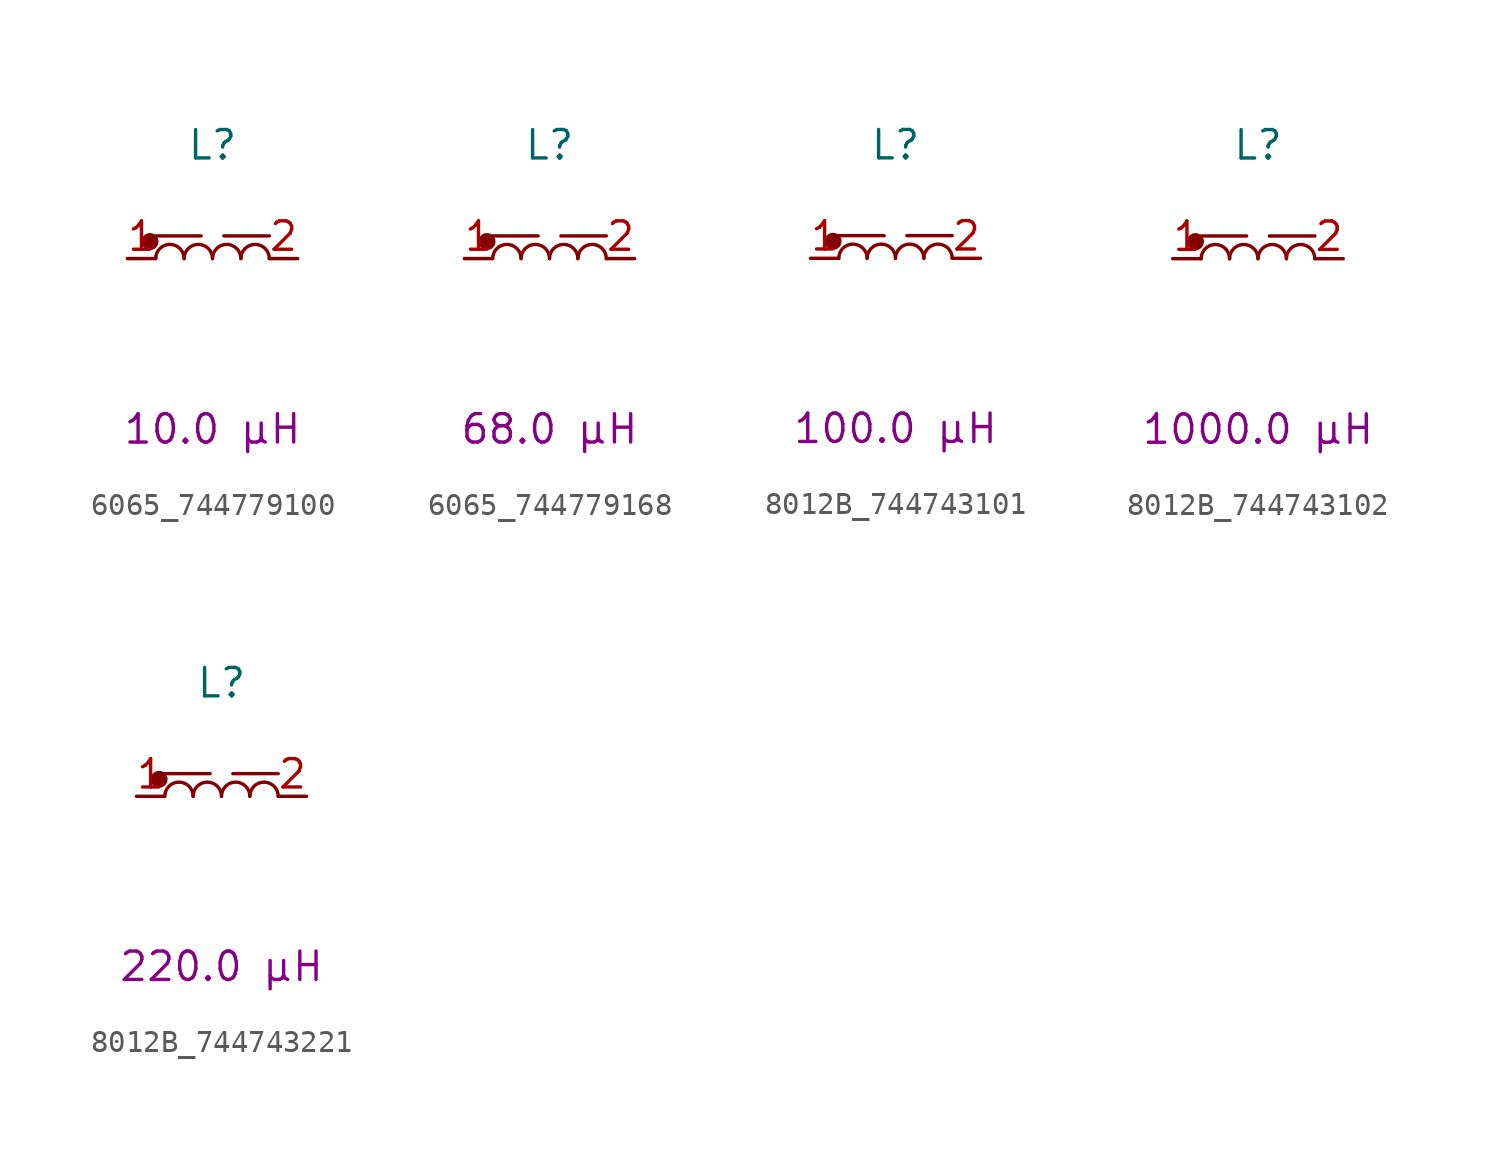
<source format=kicad_sym>
(kicad_symbol_lib
  (version 20220914)
  (generator kicad_symbol_editor)
  (symbol "6065_744779100"
    (pin_names hide)
    (property "Reference" "L"
      (at 0 5.08 0)
      (effects (font (size 1.27 1.27))))
    (property "Critical Parameter" "10.0 µH"
      (at 0 -7.62 0)
      (effects (font (size 1.27 1.27))))
    (symbol "6065_744779100_0_1"
      (arc (start -1.27 0) (mid -1.905 0.6323) (end -2.54 0) (stroke (width 0) (type default)) (fill (type none)))
      (arc (start 0 0) (mid -0.635 0.6323) (end -1.27 0) (stroke (width 0) (type default)) (fill (type none)))
      (polyline (pts (xy -2.54 1.016) (xy -0.508 1.016)) (stroke (width 0) (type default)) (fill (type none)))
      (arc (start 1.27 0) (mid 0.635 0.6323) (end 0 0) (stroke (width 0) (type default)) (fill (type none)))
      (arc (start 2.54 0) (mid 1.905 0.6323) (end 1.27 0) (stroke (width 0) (type default)) (fill (type none))))
    (symbol "6065_744779100_1_1"
      (circle (center -2.794 0.762) (radius 0.0001) (stroke (width 0.381) (type default)) (fill (type none)))
      (polyline (pts (xy 2.54 1.016) (xy 0.508 1.016)) (stroke (width 0) (type default)) (fill (type none)))
      (pin passive line (at -3.81 0 0) (length 1.27) (name "1" (effects (font (size 1.27 1.27)))) (number "1" (effects (font (size 1.27 1.27)))))
      (pin passive line (at 3.81 0 180) (length 1.27) (name "2" (effects (font (size 1.27 1.27)))) (number "2" (effects (font (size 1.27 1.27)))))))
  (symbol "6065_744779168"
    (pin_names hide)
    (property "Reference" "L"
      (at 0 5.08 0)
      (effects (font (size 1.27 1.27))))
    (property "Critical Parameter" "68.0 µH"
      (at 0 -7.62 0)
      (effects (font (size 1.27 1.27))))
    (symbol "6065_744779168_0_1"
      (arc (start -1.27 0) (mid -1.905 0.6323) (end -2.54 0) (stroke (width 0) (type default)) (fill (type none)))
      (arc (start 0 0) (mid -0.635 0.6323) (end -1.27 0) (stroke (width 0) (type default)) (fill (type none)))
      (polyline (pts (xy -2.54 1.016) (xy -0.508 1.016)) (stroke (width 0) (type default)) (fill (type none)))
      (arc (start 1.27 0) (mid 0.635 0.6323) (end 0 0) (stroke (width 0) (type default)) (fill (type none)))
      (arc (start 2.54 0) (mid 1.905 0.6323) (end 1.27 0) (stroke (width 0) (type default)) (fill (type none))))
    (symbol "6065_744779168_1_1"
      (circle (center -2.794 0.762) (radius 0.0001) (stroke (width 0.381) (type default)) (fill (type none)))
      (polyline (pts (xy 2.54 1.016) (xy 0.508 1.016)) (stroke (width 0) (type default)) (fill (type none)))
      (pin passive line (at -3.81 0 0) (length 1.27) (name "1" (effects (font (size 1.27 1.27)))) (number "1" (effects (font (size 1.27 1.27)))))
      (pin passive line (at 3.81 0 180) (length 1.27) (name "2" (effects (font (size 1.27 1.27)))) (number "2" (effects (font (size 1.27 1.27)))))))
  (symbol "8012B_744743101"
    (pin_names hide)
    (property "Reference" "L"
      (at 0 5.08 0)
      (effects (font (size 1.27 1.27))))
    (property "Critical Parameter" "100.0 µH"
      (at 0 -7.62 0)
      (effects (font (size 1.27 1.27))))
    (symbol "8012B_744743101_0_1"
      (arc (start -1.27 0) (mid -1.905 0.6323) (end -2.54 0) (stroke (width 0) (type default)) (fill (type none)))
      (arc (start 0 0) (mid -0.635 0.6323) (end -1.27 0) (stroke (width 0) (type default)) (fill (type none)))
      (polyline (pts (xy -2.54 1.016) (xy -0.508 1.016)) (stroke (width 0) (type default)) (fill (type none)))
      (arc (start 1.27 0) (mid 0.635 0.6323) (end 0 0) (stroke (width 0) (type default)) (fill (type none)))
      (arc (start 2.54 0) (mid 1.905 0.6323) (end 1.27 0) (stroke (width 0) (type default)) (fill (type none))))
    (symbol "8012B_744743101_1_1"
      (circle (center -2.794 0.762) (radius 0.0001) (stroke (width 0.381) (type default)) (fill (type none)))
      (polyline (pts (xy 2.54 1.016) (xy 0.508 1.016)) (stroke (width 0) (type default)) (fill (type none)))
      (pin passive line (at -3.81 0 0) (length 1.27) (name "1" (effects (font (size 1.27 1.27)))) (number "1" (effects (font (size 1.27 1.27)))))
      (pin passive line (at 3.81 0 180) (length 1.27) (name "2" (effects (font (size 1.27 1.27)))) (number "2" (effects (font (size 1.27 1.27)))))))
  (symbol "8012B_744743102"
    (pin_names hide)
    (property "Reference" "L"
      (at 0 5.08 0)
      (effects (font (size 1.27 1.27))))
    (property "Critical Parameter" "1000.0 µH"
      (at 0 -7.62 0)
      (effects (font (size 1.27 1.27))))
    (symbol "8012B_744743102_0_1"
      (arc (start -1.27 0) (mid -1.905 0.6323) (end -2.54 0) (stroke (width 0) (type default)) (fill (type none)))
      (arc (start 0 0) (mid -0.635 0.6323) (end -1.27 0) (stroke (width 0) (type default)) (fill (type none)))
      (polyline (pts (xy -2.54 1.016) (xy -0.508 1.016)) (stroke (width 0) (type default)) (fill (type none)))
      (arc (start 1.27 0) (mid 0.635 0.6323) (end 0 0) (stroke (width 0) (type default)) (fill (type none)))
      (arc (start 2.54 0) (mid 1.905 0.6323) (end 1.27 0) (stroke (width 0) (type default)) (fill (type none))))
    (symbol "8012B_744743102_1_1"
      (circle (center -2.794 0.762) (radius 0.0001) (stroke (width 0.381) (type default)) (fill (type none)))
      (polyline (pts (xy 2.54 1.016) (xy 0.508 1.016)) (stroke (width 0) (type default)) (fill (type none)))
      (pin passive line (at -3.81 0 0) (length 1.27) (name "1" (effects (font (size 1.27 1.27)))) (number "1" (effects (font (size 1.27 1.27)))))
      (pin passive line (at 3.81 0 180) (length 1.27) (name "2" (effects (font (size 1.27 1.27)))) (number "2" (effects (font (size 1.27 1.27)))))))
  (symbol "8012B_744743221"
    (pin_names hide)
    (property "Reference" "L"
      (at 0 5.08 0)
      (effects (font (size 1.27 1.27))))
    (property "Critical Parameter" "220.0 µH"
      (at 0 -7.62 0)
      (effects (font (size 1.27 1.27))))
    (symbol "8012B_744743221_0_1"
      (arc (start -1.27 0) (mid -1.905 0.6323) (end -2.54 0) (stroke (width 0) (type default)) (fill (type none)))
      (arc (start 0 0) (mid -0.635 0.6323) (end -1.27 0) (stroke (width 0) (type default)) (fill (type none)))
      (polyline (pts (xy -2.54 1.016) (xy -0.508 1.016)) (stroke (width 0) (type default)) (fill (type none)))
      (arc (start 1.27 0) (mid 0.635 0.6323) (end 0 0) (stroke (width 0) (type default)) (fill (type none)))
      (arc (start 2.54 0) (mid 1.905 0.6323) (end 1.27 0) (stroke (width 0) (type default)) (fill (type none))))
    (symbol "8012B_744743221_1_1"
      (circle (center -2.794 0.762) (radius 0.0001) (stroke (width 0.381) (type default)) (fill (type none)))
      (polyline (pts (xy 2.54 1.016) (xy 0.508 1.016)) (stroke (width 0) (type default)) (fill (type none)))
      (pin passive line (at -3.81 0 0) (length 1.27) (name "1" (effects (font (size 1.27 1.27)))) (number "1" (effects (font (size 1.27 1.27)))))
      (pin passive line (at 3.81 0 180) (length 1.27) (name "2" (effects (font (size 1.27 1.27)))) (number "2" (effects (font (size 1.27 1.27))))))))
</source>
